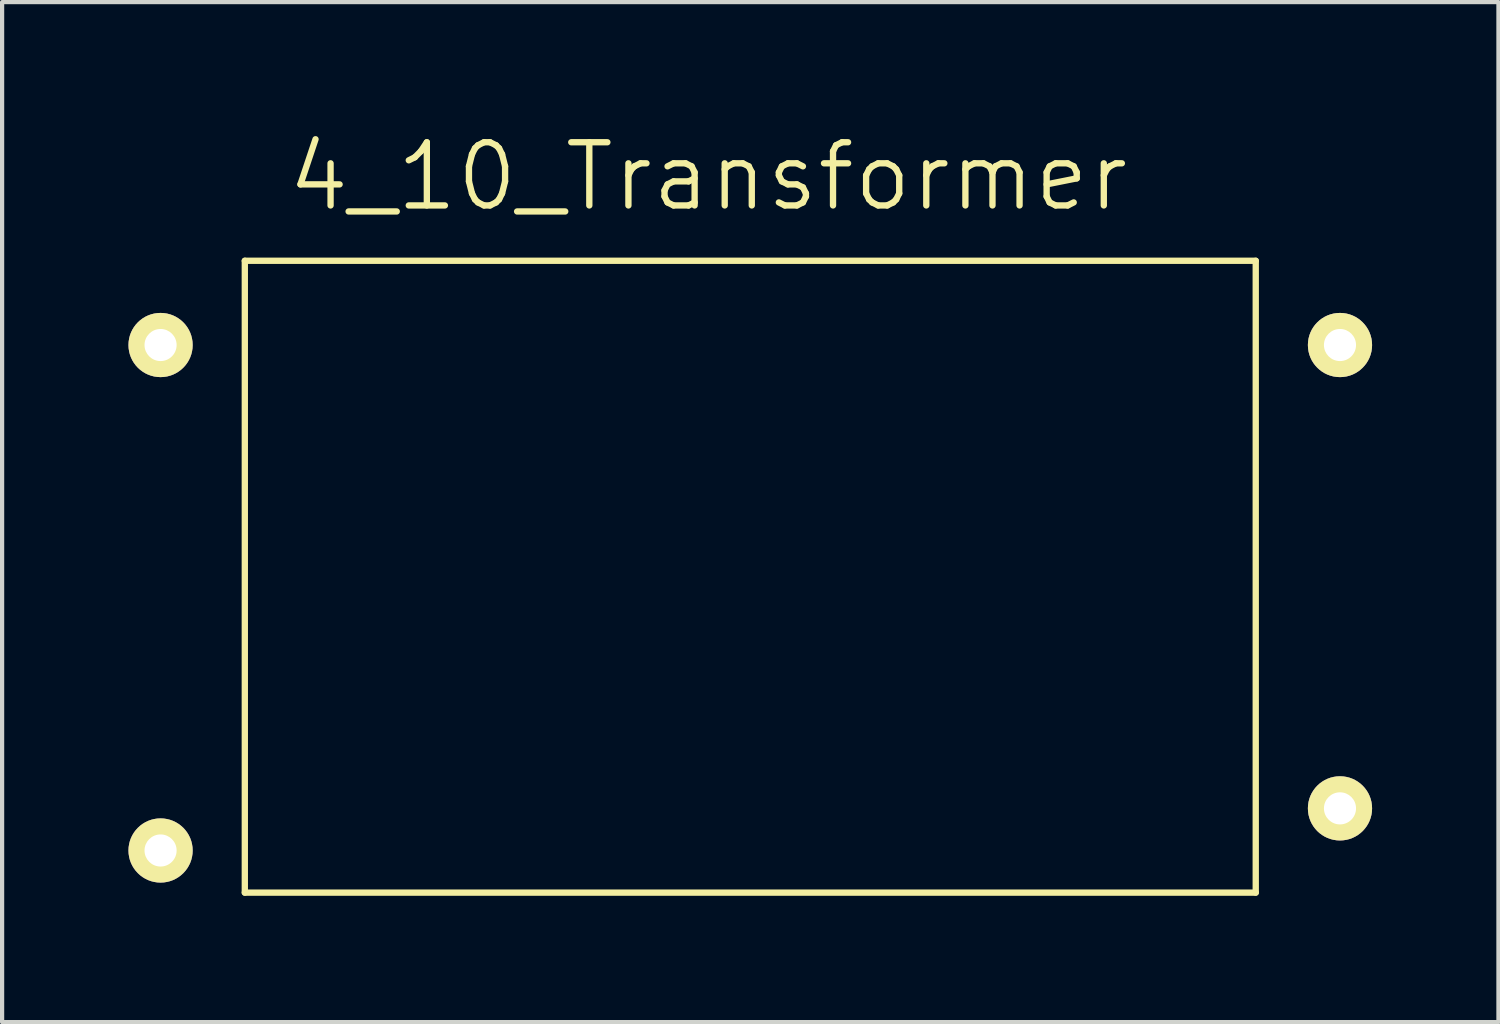
<source format=kicad_pcb>
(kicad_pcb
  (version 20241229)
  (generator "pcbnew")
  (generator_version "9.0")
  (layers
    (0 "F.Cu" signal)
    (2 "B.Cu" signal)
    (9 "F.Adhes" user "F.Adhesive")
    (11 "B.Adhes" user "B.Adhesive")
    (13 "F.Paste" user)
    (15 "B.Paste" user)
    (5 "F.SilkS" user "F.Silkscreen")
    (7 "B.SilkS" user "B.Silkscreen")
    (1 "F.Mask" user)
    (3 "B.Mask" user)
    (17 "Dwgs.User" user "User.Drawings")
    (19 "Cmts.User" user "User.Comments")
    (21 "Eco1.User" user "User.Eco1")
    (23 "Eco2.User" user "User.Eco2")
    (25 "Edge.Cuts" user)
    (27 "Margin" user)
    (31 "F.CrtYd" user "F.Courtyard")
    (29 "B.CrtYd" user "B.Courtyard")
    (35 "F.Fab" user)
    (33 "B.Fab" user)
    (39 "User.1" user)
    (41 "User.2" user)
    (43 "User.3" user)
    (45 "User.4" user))
  (footprint "4_10_Transformer"
    (layer "F.Cu")
    (at 14.762 11.141)
    (property "Reference" "4_10_Transformer" (at -1 -10 0) (layer "F.SilkS") (effects (font (size 1.5 1.5) (thickness 0.15))))
    (attr through_hole)
    (fp_line (start -12 -8) (end 12 -8) (stroke (width 0.15) (type solid)) (layer "F.SilkS"))
    (fp_line (start -12 7) (end -12 -8) (stroke (width 0.15) (type solid)) (layer "F.SilkS"))
    (fp_line (start 12 -8) (end 12 7) (stroke (width 0.15) (type solid)) (layer "F.SilkS"))
    (fp_line (start 12 7) (end -12 7) (stroke (width 0.15) (type solid)) (layer "F.SilkS"))
    (pad "1" thru_hole circle (at -14 -6) (size 1.524 1.524) (drill 0.762) (layers "*.Cu" "*.Mask" "F.SilkS"))
    (pad "2" thru_hole circle (at -14 6) (size 1.524 1.524) (drill 0.762) (layers "*.Cu" "*.Mask" "F.SilkS"))
    (pad "3" thru_hole circle (at 14 -6) (size 1.524 1.524) (drill 0.762) (layers "*.Cu" "*.Mask" "F.SilkS"))
    (pad "4" thru_hole circle (at 14 5) (size 1.524 1.524) (drill 0.762) (layers "*.Cu" "*.Mask" "F.SilkS")))
  (gr_rect
    (start -3 -3)
    (end 32.524 21.216)
    (stroke (width 0.1) (type default))
    (fill no)
    (layer "Edge.Cuts")))
</source>
